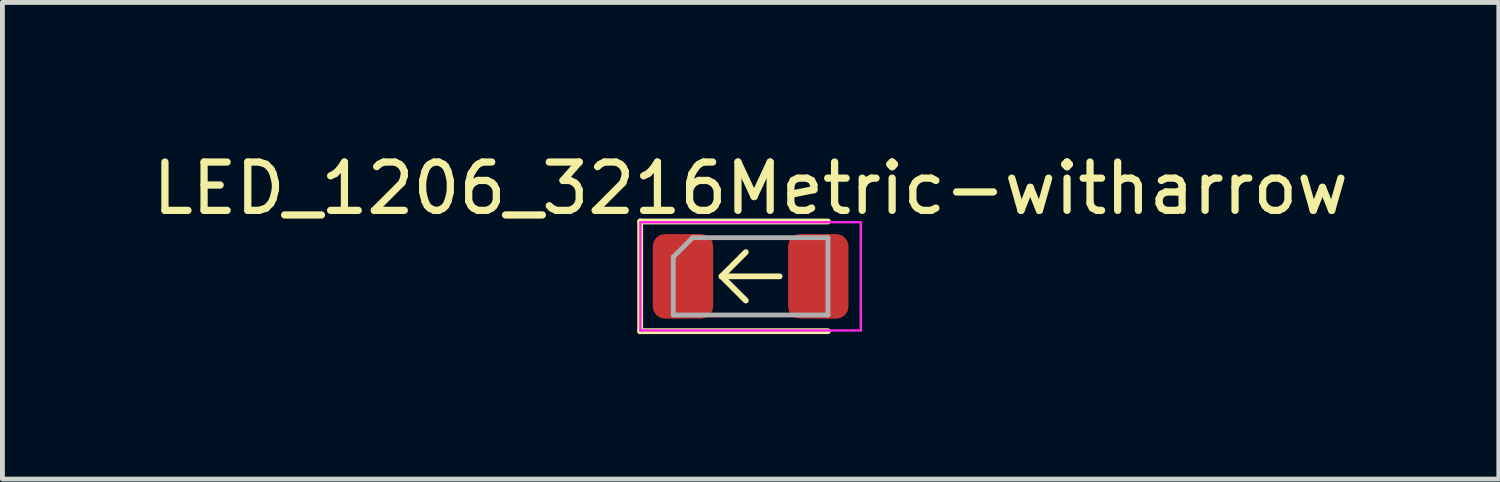
<source format=kicad_pcb>
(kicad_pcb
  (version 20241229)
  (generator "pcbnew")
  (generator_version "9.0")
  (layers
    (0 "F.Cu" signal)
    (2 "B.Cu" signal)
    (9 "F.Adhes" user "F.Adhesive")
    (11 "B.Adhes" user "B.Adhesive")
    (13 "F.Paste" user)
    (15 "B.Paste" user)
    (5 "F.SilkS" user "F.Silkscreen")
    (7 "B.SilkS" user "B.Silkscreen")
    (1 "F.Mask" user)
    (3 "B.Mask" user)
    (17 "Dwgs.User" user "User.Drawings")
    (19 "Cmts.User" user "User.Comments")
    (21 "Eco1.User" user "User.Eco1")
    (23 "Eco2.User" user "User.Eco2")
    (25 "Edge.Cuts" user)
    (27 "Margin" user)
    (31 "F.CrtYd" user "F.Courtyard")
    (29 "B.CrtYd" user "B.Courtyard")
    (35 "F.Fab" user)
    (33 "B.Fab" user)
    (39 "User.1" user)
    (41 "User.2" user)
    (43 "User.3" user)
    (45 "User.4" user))
  (footprint "LED_1206_3216Metric-witharrow"
    (layer "F.Cu")
    (at 12.482 2.668)
    (property "Reference" "LED_1206_3216Metric-witharrow" (at 0 -1.82 0) (layer "F.SilkS") (effects (font (size 1 1) (thickness 0.15))))
    (attr smd)
    (fp_line (start -2.285 -1.135) (end -2.285 1.135) (stroke (width 0.12) (type solid)) (layer "F.SilkS"))
    (fp_line (start -2.285 1.135) (end 1.6 1.135) (stroke (width 0.12) (type solid)) (layer "F.SilkS"))
    (fp_line (start -0.6 0) (end -0.1 -0.5) (stroke (width 0.12) (type solid)) (layer "F.SilkS"))
    (fp_line (start -0.6 0) (end -0.1 0.5) (stroke (width 0.12) (type solid)) (layer "F.SilkS"))
    (fp_line (start 0.6 0) (end -0.6 0) (stroke (width 0.12) (type solid)) (layer "F.SilkS"))
    (fp_line (start 1.6 -1.135) (end -2.285 -1.135) (stroke (width 0.12) (type solid)) (layer "F.SilkS"))
    (fp_line (start -2.28 -1.12) (end 2.28 -1.12) (stroke (width 0.05) (type solid)) (layer "F.CrtYd"))
    (fp_line (start -2.28 1.12) (end -2.28 -1.12) (stroke (width 0.05) (type solid)) (layer "F.CrtYd"))
    (fp_line (start 2.28 -1.12) (end 2.28 1.12) (stroke (width 0.05) (type solid)) (layer "F.CrtYd"))
    (fp_line (start 2.28 1.12) (end -2.28 1.12) (stroke (width 0.05) (type solid)) (layer "F.CrtYd"))
    (fp_line (start -1.6 -0.4) (end -1.6 0.8) (stroke (width 0.1) (type solid)) (layer "F.Fab"))
    (fp_line (start -1.6 0.8) (end 1.6 0.8) (stroke (width 0.1) (type solid)) (layer "F.Fab"))
    (fp_line (start -1.2 -0.8) (end -1.6 -0.4) (stroke (width 0.1) (type solid)) (layer "F.Fab"))
    (fp_line (start 1.6 -0.8) (end -1.2 -0.8) (stroke (width 0.1) (type solid)) (layer "F.Fab"))
    (fp_line (start 1.6 0.8) (end 1.6 -0.8) (stroke (width 0.1) (type solid)) (layer "F.Fab"))
    (pad "1" smd roundrect (at -1.4 0) (size 1.25 1.75) (layers "F.Cu" "F.Mask" "F.Paste") (roundrect_rratio 0.2))
    (pad "2" smd roundrect (at 1.4 0) (size 1.25 1.75) (layers "F.Cu" "F.Mask" "F.Paste") (roundrect_rratio 0.2)))
  (gr_rect
    (start -3 -3)
    (end 27.964 6.863)
    (stroke (width 0.1) (type default))
    (fill no)
    (layer "Edge.Cuts")))
</source>
